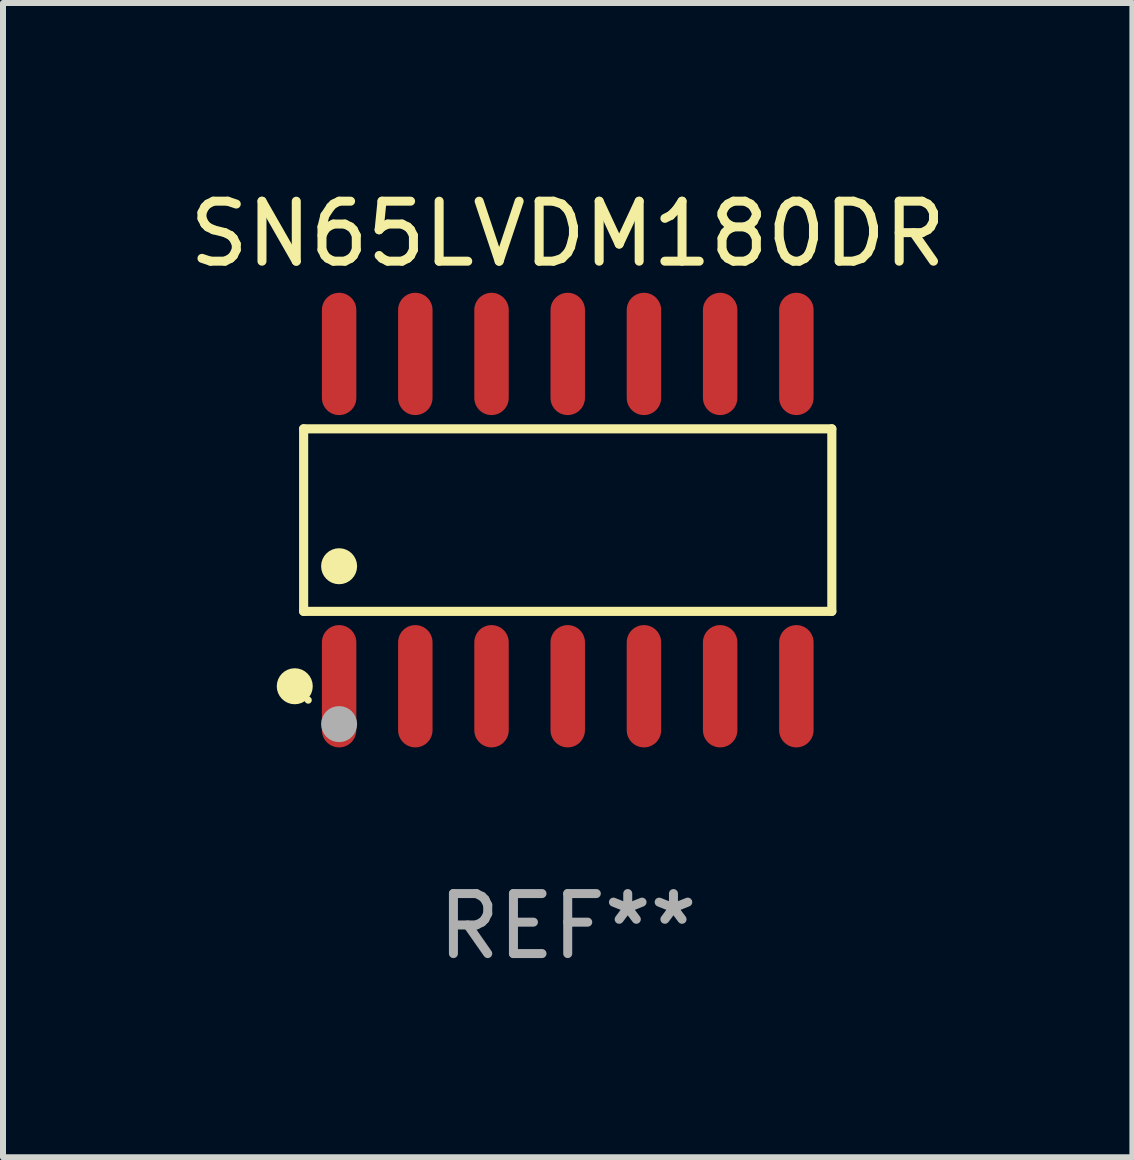
<source format=kicad_pcb>
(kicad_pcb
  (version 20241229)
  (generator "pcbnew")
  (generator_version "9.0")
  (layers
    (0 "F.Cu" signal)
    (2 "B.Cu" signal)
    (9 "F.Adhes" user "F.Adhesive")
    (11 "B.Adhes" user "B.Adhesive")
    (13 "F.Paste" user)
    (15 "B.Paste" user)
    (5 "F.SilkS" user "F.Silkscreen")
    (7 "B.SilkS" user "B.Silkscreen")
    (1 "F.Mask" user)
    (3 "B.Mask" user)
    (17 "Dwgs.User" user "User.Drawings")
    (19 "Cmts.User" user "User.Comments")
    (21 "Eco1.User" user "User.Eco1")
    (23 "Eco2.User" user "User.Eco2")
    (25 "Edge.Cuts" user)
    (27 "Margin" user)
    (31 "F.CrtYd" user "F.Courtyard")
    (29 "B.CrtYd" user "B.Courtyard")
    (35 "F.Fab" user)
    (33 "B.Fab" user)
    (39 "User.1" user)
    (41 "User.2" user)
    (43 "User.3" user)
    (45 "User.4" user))
  (footprint "SN65LVDM180DR"
    (layer "F.Cu")
    (at 6.411 5.617)
    (property "Reference" "SN65LVDM180DR" (at 0 -4.769 0) (layer "F.SilkS") (effects (font (size 1 1) (thickness 0.15))))
    (attr through_hole)
    (fp_line (start -4.401 -1.521) (end 4.401 -1.521) (stroke (width 0.152) (type solid)) (layer "F.SilkS"))
    (fp_line (start -4.401 1.521) (end -4.401 -1.521) (stroke (width 0.152) (type solid)) (layer "F.SilkS"))
    (fp_line (start 4.401 -1.521) (end 4.401 1.521) (stroke (width 0.152) (type solid)) (layer "F.SilkS"))
    (fp_line (start 4.401 1.521) (end -4.401 1.521) (stroke (width 0.152) (type solid)) (layer "F.SilkS"))
    (fp_circle (center -4.549 2.769) (end -4.399 2.769) (stroke (width 0.3) (type solid)) (fill no) (layer "F.SilkS"))
    (fp_circle (center -4.325 3) (end -4.295 3) (stroke (width 0.06) (type solid)) (fill no) (layer "F.SilkS"))
    (fp_circle (center -3.81 0.769) (end -3.66 0.769) (stroke (width 0.3) (type solid)) (fill no) (layer "F.SilkS"))
    (fp_circle (center -3.81 3.4) (end -3.66 3.4) (stroke (width 0.3) (type solid)) (fill no) (layer "F.Fab"))
    (fp_text user "REF**" (at 0 6.769 0) (layer "F.Fab") (effects (font (size 1 1) (thickness 0.15))))
    (pad "1" smd oval (at -3.81 2.769) (size 0.574 2.038) (layers "F.Cu" "F.Mask" "F.Paste"))
    (pad "2" smd oval (at -2.54 2.769) (size 0.574 2.038) (layers "F.Cu" "F.Mask" "F.Paste"))
    (pad "3" smd oval (at -1.27 2.769) (size 0.574 2.038) (layers "F.Cu" "F.Mask" "F.Paste"))
    (pad "4" smd oval (at 0 2.769) (size 0.574 2.038) (layers "F.Cu" "F.Mask" "F.Paste"))
    (pad "5" smd oval (at 1.27 2.769) (size 0.574 2.038) (layers "F.Cu" "F.Mask" "F.Paste"))
    (pad "6" smd oval (at 2.54 2.769) (size 0.574 2.038) (layers "F.Cu" "F.Mask" "F.Paste"))
    (pad "7" smd oval (at 3.81 2.769) (size 0.574 2.038) (layers "F.Cu" "F.Mask" "F.Paste"))
    (pad "8" smd oval (at 3.81 -2.769) (size 0.574 2.038) (layers "F.Cu" "F.Mask" "F.Paste"))
    (pad "9" smd oval (at 2.54 -2.769) (size 0.574 2.038) (layers "F.Cu" "F.Mask" "F.Paste"))
    (pad "10" smd oval (at 1.27 -2.769) (size 0.574 2.038) (layers "F.Cu" "F.Mask" "F.Paste"))
    (pad "11" smd oval (at 0 -2.769) (size 0.574 2.038) (layers "F.Cu" "F.Mask" "F.Paste"))
    (pad "12" smd oval (at -1.27 -2.769) (size 0.574 2.038) (layers "F.Cu" "F.Mask" "F.Paste"))
    (pad "13" smd oval (at -2.54 -2.769) (size 0.574 2.038) (layers "F.Cu" "F.Mask" "F.Paste"))
    (pad "14" smd oval (at -3.81 -2.769) (size 0.574 2.038) (layers "F.Cu" "F.Mask" "F.Paste")))
  (gr_rect
    (start -3 -3)
    (end 15.821 16.235)
    (stroke (width 0.1) (type default))
    (fill no)
    (layer "Edge.Cuts")))
</source>
